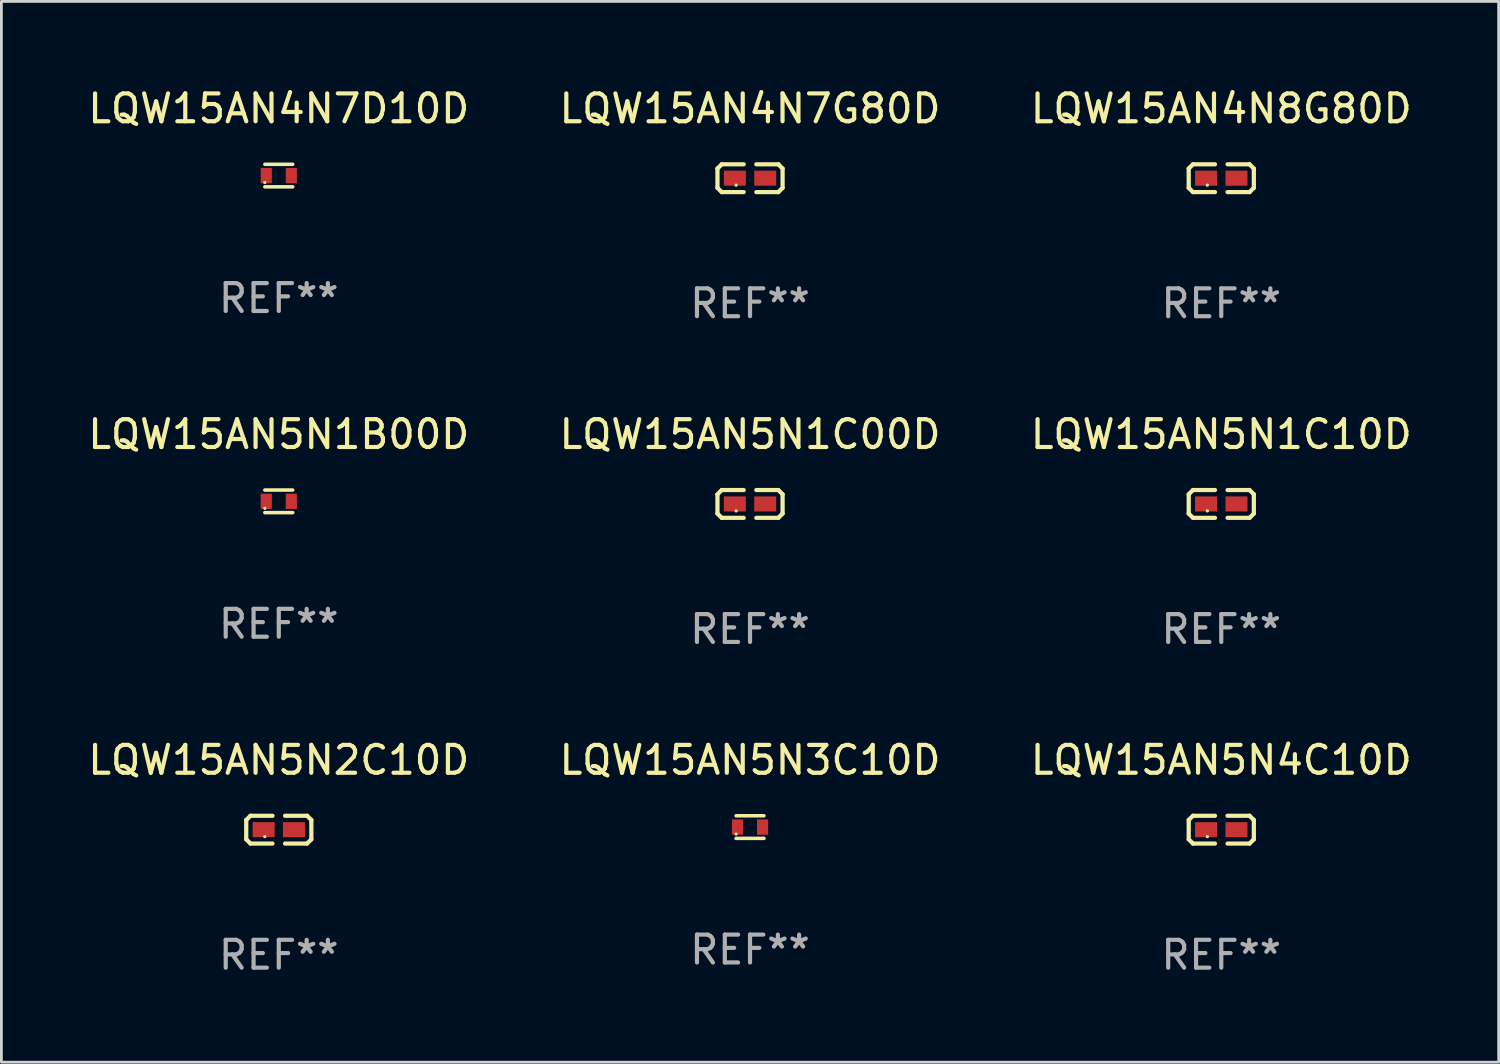
<source format=kicad_pcb>
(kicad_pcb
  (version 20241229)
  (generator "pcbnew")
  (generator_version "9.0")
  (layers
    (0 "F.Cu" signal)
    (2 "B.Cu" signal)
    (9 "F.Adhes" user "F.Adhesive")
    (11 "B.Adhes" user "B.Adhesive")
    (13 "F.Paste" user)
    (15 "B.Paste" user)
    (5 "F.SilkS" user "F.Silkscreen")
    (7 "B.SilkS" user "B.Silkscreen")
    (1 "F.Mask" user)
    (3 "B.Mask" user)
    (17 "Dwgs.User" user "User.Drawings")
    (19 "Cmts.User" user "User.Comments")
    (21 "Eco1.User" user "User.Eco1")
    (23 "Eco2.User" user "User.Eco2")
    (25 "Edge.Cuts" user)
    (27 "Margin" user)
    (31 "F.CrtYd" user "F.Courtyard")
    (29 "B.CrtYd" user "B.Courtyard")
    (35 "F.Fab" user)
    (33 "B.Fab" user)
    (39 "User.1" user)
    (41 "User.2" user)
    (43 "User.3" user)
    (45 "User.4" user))
  (footprint "LQW15AN5N4C10D"
    (layer "F.Cu")
    (at 40.792 26.734)
    (property "Reference" "LQW15AN5N4C10D" (at 0 -2.499 0) (layer "F.SilkS") (effects (font (size 1 1) (thickness 0.15))))
    (attr through_hole)
    (fp_line (start -1.169 -0.346) (end -1.016 -0.499) (stroke (width 0.152) (type solid)) (layer "F.SilkS"))
    (fp_line (start -1.169 0.346) (end -1.169 -0.346) (stroke (width 0.152) (type solid)) (layer "F.SilkS"))
    (fp_line (start -1.016 -0.499) (end -0.226 -0.499) (stroke (width 0.152) (type solid)) (layer "F.SilkS"))
    (fp_line (start -1.016 0.499) (end -1.169 0.346) (stroke (width 0.152) (type solid)) (layer "F.SilkS"))
    (fp_line (start -0.226 0.499) (end -1.016 0.499) (stroke (width 0.152) (type solid)) (layer "F.SilkS"))
    (fp_line (start 0.226 0.499) (end 1.016 0.499) (stroke (width 0.152) (type solid)) (layer "F.SilkS"))
    (fp_line (start 1.016 -0.499) (end 0.226 -0.499) (stroke (width 0.152) (type solid)) (layer "F.SilkS"))
    (fp_line (start 1.016 0.499) (end 1.169 0.346) (stroke (width 0.152) (type solid)) (layer "F.SilkS"))
    (fp_line (start 1.169 -0.346) (end 1.016 -0.499) (stroke (width 0.152) (type solid)) (layer "F.SilkS"))
    (fp_line (start 1.169 0.346) (end 1.169 -0.346) (stroke (width 0.152) (type solid)) (layer "F.SilkS"))
    (fp_circle (center -0.5 0.25) (end -0.47 0.25) (stroke (width 0.06) (type solid)) (fill no) (layer "F.SilkS"))
    (fp_text user "REF**" (at 0 4.499 0) (layer "F.Fab") (effects (font (size 1 1) (thickness 0.15))))
    (pad "1" smd rect (at -0.545 0) (size 0.79 0.54) (layers "F.Cu" "F.Mask" "F.Paste"))
    (pad "2" smd rect (at 0.545 0) (size 0.79 0.54) (layers "F.Cu" "F.Mask" "F.Paste")))
  (footprint "LQW15AN5N1B00D"
    (layer "F.Cu")
    (at 6.958 14.947)
    (property "Reference" "LQW15AN5N1B00D" (at 0 -2.405 0) (layer "F.SilkS") (effects (font (size 1 1) (thickness 0.15))))
    (attr through_hole)
    (fp_line (start -0.5 -0.405) (end 0.5 -0.405) (stroke (width 0.127) (type solid)) (layer "F.SilkS"))
    (fp_line (start -0.5 0.405) (end 0.5 0.405) (stroke (width 0.127) (type solid)) (layer "F.SilkS"))
    (fp_circle (center -0.5 0.25) (end -0.47 0.25) (stroke (width 0.06) (type solid)) (fill no) (layer "F.SilkS"))
    (fp_text user "REF**" (at 0 4.405 0) (layer "F.Fab") (effects (font (size 1 1) (thickness 0.15))))
    (pad "1" smd rect (at -0.45 0 90) (size 0.55 0.4) (layers "F.Cu" "F.Mask" "F.Paste"))
    (pad "2" smd rect (at 0.45 0 90) (size 0.55 0.4) (layers "F.Cu" "F.Mask" "F.Paste")))
  (footprint "LQW15AN4N7D10D"
    (layer "F.Cu")
    (at 6.958 3.253)
    (property "Reference" "LQW15AN4N7D10D" (at 0 -2.405 0) (layer "F.SilkS") (effects (font (size 1 1) (thickness 0.15))))
    (attr through_hole)
    (fp_line (start -0.5 -0.405) (end 0.5 -0.405) (stroke (width 0.127) (type solid)) (layer "F.SilkS"))
    (fp_line (start -0.5 0.405) (end 0.5 0.405) (stroke (width 0.127) (type solid)) (layer "F.SilkS"))
    (fp_circle (center -0.5 0.25) (end -0.47 0.25) (stroke (width 0.06) (type solid)) (fill no) (layer "F.SilkS"))
    (fp_text user "REF**" (at 0 4.405 0) (layer "F.Fab") (effects (font (size 1 1) (thickness 0.15))))
    (pad "1" smd rect (at -0.45 0 90) (size 0.55 0.4) (layers "F.Cu" "F.Mask" "F.Paste"))
    (pad "2" smd rect (at 0.45 0 90) (size 0.55 0.4) (layers "F.Cu" "F.Mask" "F.Paste")))
  (footprint "LQW15AN5N1C10D"
    (layer "F.Cu")
    (at 40.792 15.041)
    (property "Reference" "LQW15AN5N1C10D" (at 0 -2.499 0) (layer "F.SilkS") (effects (font (size 1 1) (thickness 0.15))))
    (attr through_hole)
    (fp_line (start -1.169 -0.346) (end -1.016 -0.499) (stroke (width 0.152) (type solid)) (layer "F.SilkS"))
    (fp_line (start -1.169 0.346) (end -1.169 -0.346) (stroke (width 0.152) (type solid)) (layer "F.SilkS"))
    (fp_line (start -1.016 -0.499) (end -0.226 -0.499) (stroke (width 0.152) (type solid)) (layer "F.SilkS"))
    (fp_line (start -1.016 0.499) (end -1.169 0.346) (stroke (width 0.152) (type solid)) (layer "F.SilkS"))
    (fp_line (start -0.226 0.499) (end -1.016 0.499) (stroke (width 0.152) (type solid)) (layer "F.SilkS"))
    (fp_line (start 0.226 0.499) (end 1.016 0.499) (stroke (width 0.152) (type solid)) (layer "F.SilkS"))
    (fp_line (start 1.016 -0.499) (end 0.226 -0.499) (stroke (width 0.152) (type solid)) (layer "F.SilkS"))
    (fp_line (start 1.016 0.499) (end 1.169 0.346) (stroke (width 0.152) (type solid)) (layer "F.SilkS"))
    (fp_line (start 1.169 -0.346) (end 1.016 -0.499) (stroke (width 0.152) (type solid)) (layer "F.SilkS"))
    (fp_line (start 1.169 0.346) (end 1.169 -0.346) (stroke (width 0.152) (type solid)) (layer "F.SilkS"))
    (fp_circle (center -0.5 0.25) (end -0.47 0.25) (stroke (width 0.06) (type solid)) (fill no) (layer "F.SilkS"))
    (fp_text user "REF**" (at 0 4.499 0) (layer "F.Fab") (effects (font (size 1 1) (thickness 0.15))))
    (pad "1" smd rect (at -0.545 0) (size 0.79 0.54) (layers "F.Cu" "F.Mask" "F.Paste"))
    (pad "2" smd rect (at 0.545 0) (size 0.79 0.54) (layers "F.Cu" "F.Mask" "F.Paste")))
  (footprint "LQW15AN5N1C00D"
    (layer "F.Cu")
    (at 23.875 15.041)
    (property "Reference" "LQW15AN5N1C00D" (at 0 -2.499 0) (layer "F.SilkS") (effects (font (size 1 1) (thickness 0.15))))
    (attr through_hole)
    (fp_line (start -1.169 -0.346) (end -1.016 -0.499) (stroke (width 0.152) (type solid)) (layer "F.SilkS"))
    (fp_line (start -1.169 0.346) (end -1.169 -0.346) (stroke (width 0.152) (type solid)) (layer "F.SilkS"))
    (fp_line (start -1.016 -0.499) (end -0.226 -0.499) (stroke (width 0.152) (type solid)) (layer "F.SilkS"))
    (fp_line (start -1.016 0.499) (end -1.169 0.346) (stroke (width 0.152) (type solid)) (layer "F.SilkS"))
    (fp_line (start -0.226 0.499) (end -1.016 0.499) (stroke (width 0.152) (type solid)) (layer "F.SilkS"))
    (fp_line (start 0.226 0.499) (end 1.016 0.499) (stroke (width 0.152) (type solid)) (layer "F.SilkS"))
    (fp_line (start 1.016 -0.499) (end 0.226 -0.499) (stroke (width 0.152) (type solid)) (layer "F.SilkS"))
    (fp_line (start 1.016 0.499) (end 1.169 0.346) (stroke (width 0.152) (type solid)) (layer "F.SilkS"))
    (fp_line (start 1.169 -0.346) (end 1.016 -0.499) (stroke (width 0.152) (type solid)) (layer "F.SilkS"))
    (fp_line (start 1.169 0.346) (end 1.169 -0.346) (stroke (width 0.152) (type solid)) (layer "F.SilkS"))
    (fp_circle (center -0.5 0.25) (end -0.47 0.25) (stroke (width 0.06) (type solid)) (fill no) (layer "F.SilkS"))
    (fp_text user "REF**" (at 0 4.499 0) (layer "F.Fab") (effects (font (size 1 1) (thickness 0.15))))
    (pad "1" smd rect (at -0.545 0) (size 0.79 0.54) (layers "F.Cu" "F.Mask" "F.Paste"))
    (pad "2" smd rect (at 0.545 0) (size 0.79 0.54) (layers "F.Cu" "F.Mask" "F.Paste")))
  (footprint "LQW15AN4N8G80D"
    (layer "F.Cu")
    (at 40.792 3.347)
    (property "Reference" "LQW15AN4N8G80D" (at 0 -2.499 0) (layer "F.SilkS") (effects (font (size 1 1) (thickness 0.15))))
    (attr through_hole)
    (fp_line (start -1.169 -0.346) (end -1.016 -0.499) (stroke (width 0.152) (type solid)) (layer "F.SilkS"))
    (fp_line (start -1.169 0.346) (end -1.169 -0.346) (stroke (width 0.152) (type solid)) (layer "F.SilkS"))
    (fp_line (start -1.016 -0.499) (end -0.226 -0.499) (stroke (width 0.152) (type solid)) (layer "F.SilkS"))
    (fp_line (start -1.016 0.499) (end -1.169 0.346) (stroke (width 0.152) (type solid)) (layer "F.SilkS"))
    (fp_line (start -0.226 0.499) (end -1.016 0.499) (stroke (width 0.152) (type solid)) (layer "F.SilkS"))
    (fp_line (start 0.226 0.499) (end 1.016 0.499) (stroke (width 0.152) (type solid)) (layer "F.SilkS"))
    (fp_line (start 1.016 -0.499) (end 0.226 -0.499) (stroke (width 0.152) (type solid)) (layer "F.SilkS"))
    (fp_line (start 1.016 0.499) (end 1.169 0.346) (stroke (width 0.152) (type solid)) (layer "F.SilkS"))
    (fp_line (start 1.169 -0.346) (end 1.016 -0.499) (stroke (width 0.152) (type solid)) (layer "F.SilkS"))
    (fp_line (start 1.169 0.346) (end 1.169 -0.346) (stroke (width 0.152) (type solid)) (layer "F.SilkS"))
    (fp_circle (center -0.5 0.25) (end -0.47 0.25) (stroke (width 0.06) (type solid)) (fill no) (layer "F.SilkS"))
    (fp_text user "REF**" (at 0 4.499 0) (layer "F.Fab") (effects (font (size 1 1) (thickness 0.15))))
    (pad "1" smd rect (at -0.545 0) (size 0.79 0.54) (layers "F.Cu" "F.Mask" "F.Paste"))
    (pad "2" smd rect (at 0.545 0) (size 0.79 0.54) (layers "F.Cu" "F.Mask" "F.Paste")))
  (footprint "LQW15AN4N7G80D"
    (layer "F.Cu")
    (at 23.875 3.347)
    (property "Reference" "LQW15AN4N7G80D" (at 0 -2.499 0) (layer "F.SilkS") (effects (font (size 1 1) (thickness 0.15))))
    (attr through_hole)
    (fp_line (start -1.169 -0.346) (end -1.016 -0.499) (stroke (width 0.152) (type solid)) (layer "F.SilkS"))
    (fp_line (start -1.169 0.346) (end -1.169 -0.346) (stroke (width 0.152) (type solid)) (layer "F.SilkS"))
    (fp_line (start -1.016 -0.499) (end -0.226 -0.499) (stroke (width 0.152) (type solid)) (layer "F.SilkS"))
    (fp_line (start -1.016 0.499) (end -1.169 0.346) (stroke (width 0.152) (type solid)) (layer "F.SilkS"))
    (fp_line (start -0.226 0.499) (end -1.016 0.499) (stroke (width 0.152) (type solid)) (layer "F.SilkS"))
    (fp_line (start 0.226 0.499) (end 1.016 0.499) (stroke (width 0.152) (type solid)) (layer "F.SilkS"))
    (fp_line (start 1.016 -0.499) (end 0.226 -0.499) (stroke (width 0.152) (type solid)) (layer "F.SilkS"))
    (fp_line (start 1.016 0.499) (end 1.169 0.346) (stroke (width 0.152) (type solid)) (layer "F.SilkS"))
    (fp_line (start 1.169 -0.346) (end 1.016 -0.499) (stroke (width 0.152) (type solid)) (layer "F.SilkS"))
    (fp_line (start 1.169 0.346) (end 1.169 -0.346) (stroke (width 0.152) (type solid)) (layer "F.SilkS"))
    (fp_circle (center -0.5 0.25) (end -0.47 0.25) (stroke (width 0.06) (type solid)) (fill no) (layer "F.SilkS"))
    (fp_text user "REF**" (at 0 4.499 0) (layer "F.Fab") (effects (font (size 1 1) (thickness 0.15))))
    (pad "1" smd rect (at -0.545 0) (size 0.79 0.54) (layers "F.Cu" "F.Mask" "F.Paste"))
    (pad "2" smd rect (at 0.545 0) (size 0.79 0.54) (layers "F.Cu" "F.Mask" "F.Paste")))
  (footprint "LQW15AN5N2C10D"
    (layer "F.Cu")
    (at 6.958 26.734)
    (property "Reference" "LQW15AN5N2C10D" (at 0 -2.499 0) (layer "F.SilkS") (effects (font (size 1 1) (thickness 0.15))))
    (attr through_hole)
    (fp_line (start -1.169 -0.346) (end -1.016 -0.499) (stroke (width 0.152) (type solid)) (layer "F.SilkS"))
    (fp_line (start -1.169 0.346) (end -1.169 -0.346) (stroke (width 0.152) (type solid)) (layer "F.SilkS"))
    (fp_line (start -1.016 -0.499) (end -0.226 -0.499) (stroke (width 0.152) (type solid)) (layer "F.SilkS"))
    (fp_line (start -1.016 0.499) (end -1.169 0.346) (stroke (width 0.152) (type solid)) (layer "F.SilkS"))
    (fp_line (start -0.226 0.499) (end -1.016 0.499) (stroke (width 0.152) (type solid)) (layer "F.SilkS"))
    (fp_line (start 0.226 0.499) (end 1.016 0.499) (stroke (width 0.152) (type solid)) (layer "F.SilkS"))
    (fp_line (start 1.016 -0.499) (end 0.226 -0.499) (stroke (width 0.152) (type solid)) (layer "F.SilkS"))
    (fp_line (start 1.016 0.499) (end 1.169 0.346) (stroke (width 0.152) (type solid)) (layer "F.SilkS"))
    (fp_line (start 1.169 -0.346) (end 1.016 -0.499) (stroke (width 0.152) (type solid)) (layer "F.SilkS"))
    (fp_line (start 1.169 0.346) (end 1.169 -0.346) (stroke (width 0.152) (type solid)) (layer "F.SilkS"))
    (fp_circle (center -0.5 0.25) (end -0.47 0.25) (stroke (width 0.06) (type solid)) (fill no) (layer "F.SilkS"))
    (fp_text user "REF**" (at 0 4.499 0) (layer "F.Fab") (effects (font (size 1 1) (thickness 0.15))))
    (pad "1" smd rect (at -0.545 0) (size 0.79 0.54) (layers "F.Cu" "F.Mask" "F.Paste"))
    (pad "2" smd rect (at 0.545 0) (size 0.79 0.54) (layers "F.Cu" "F.Mask" "F.Paste")))
  (footprint "LQW15AN5N3C10D"
    (layer "F.Cu")
    (at 23.875 26.641)
    (property "Reference" "LQW15AN5N3C10D" (at 0 -2.405 0) (layer "F.SilkS") (effects (font (size 1 1) (thickness 0.15))))
    (attr through_hole)
    (fp_line (start -0.5 -0.405) (end 0.5 -0.405) (stroke (width 0.127) (type solid)) (layer "F.SilkS"))
    (fp_line (start -0.5 0.405) (end 0.5 0.405) (stroke (width 0.127) (type solid)) (layer "F.SilkS"))
    (fp_circle (center -0.5 0.25) (end -0.47 0.25) (stroke (width 0.06) (type solid)) (fill no) (layer "F.SilkS"))
    (fp_text user "REF**" (at 0 4.405 0) (layer "F.Fab") (effects (font (size 1 1) (thickness 0.15))))
    (pad "1" smd rect (at -0.45 0 90) (size 0.55 0.4) (layers "F.Cu" "F.Mask" "F.Paste"))
    (pad "2" smd rect (at 0.45 0 90) (size 0.55 0.4) (layers "F.Cu" "F.Mask" "F.Paste")))
  (gr_rect
    (start -3 -3)
    (end 50.75 35.081)
    (stroke (width 0.1) (type default))
    (fill no)
    (layer "Edge.Cuts")))
</source>
